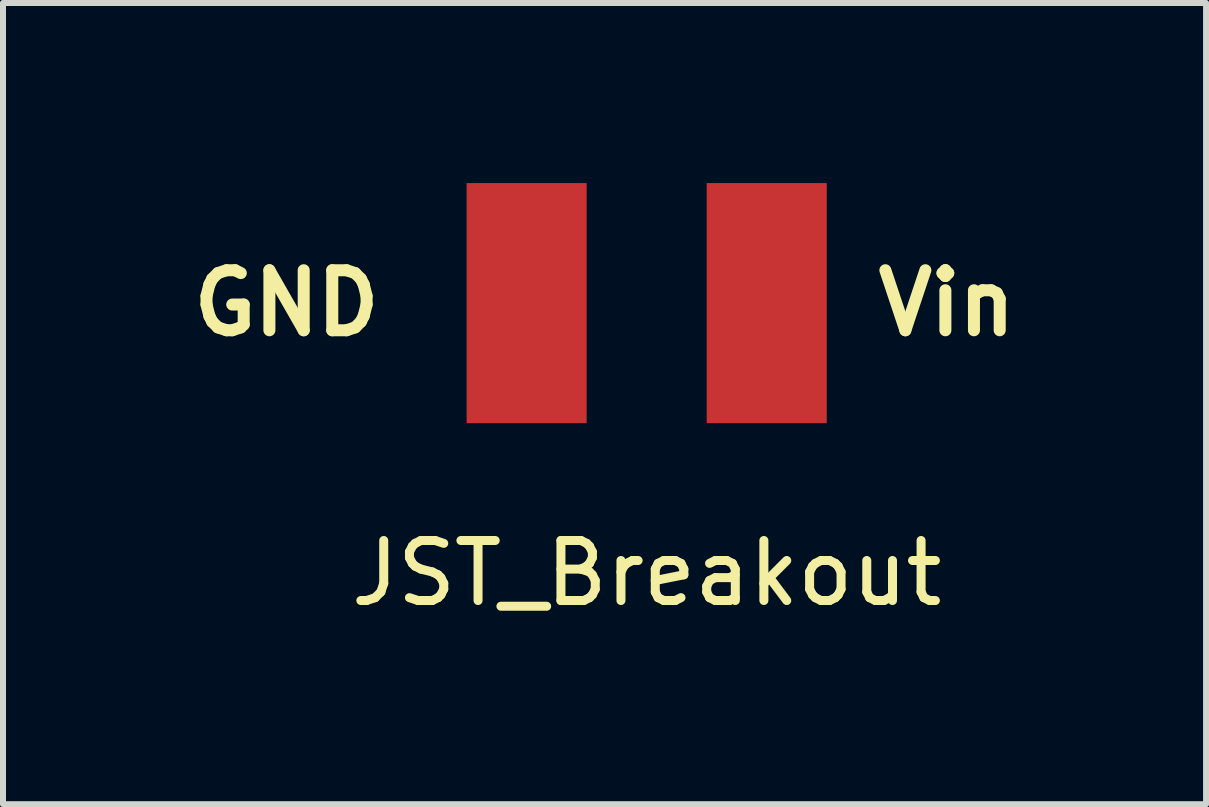
<source format=kicad_pcb>
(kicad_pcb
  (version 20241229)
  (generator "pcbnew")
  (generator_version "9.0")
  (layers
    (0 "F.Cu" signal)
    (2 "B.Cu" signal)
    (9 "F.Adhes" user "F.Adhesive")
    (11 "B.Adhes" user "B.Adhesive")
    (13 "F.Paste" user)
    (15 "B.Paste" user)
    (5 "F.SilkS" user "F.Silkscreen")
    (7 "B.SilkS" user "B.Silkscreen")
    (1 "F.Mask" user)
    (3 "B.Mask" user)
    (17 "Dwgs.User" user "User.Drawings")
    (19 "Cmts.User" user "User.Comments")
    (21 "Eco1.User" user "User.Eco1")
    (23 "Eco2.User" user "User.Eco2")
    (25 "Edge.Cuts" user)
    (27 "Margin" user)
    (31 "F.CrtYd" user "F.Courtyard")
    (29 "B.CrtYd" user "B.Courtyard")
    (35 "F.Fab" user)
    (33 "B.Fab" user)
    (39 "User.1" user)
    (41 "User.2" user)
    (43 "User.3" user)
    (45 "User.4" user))
  (footprint "JST_Breakout"
    (layer "F.Cu")
    (at 7.724 6)
    (property "Reference" "JST_Breakout" (at 0 0.5 0) (layer "F.SilkS") (effects (font (size 1 1) (thickness 0.15))))
    (attr smd)
    (fp_text user "GND" (at -6 -4 0) (layer "F.SilkS") (effects (font (size 1 1) (thickness 0.2))))
    (fp_text user "Vin" (at 5 -4 0) (layer "F.SilkS") (effects (font (size 1 1) (thickness 0.2))))
    (pad "3" smd rect (at 2 -4) (size 2 4) (layers "F.Cu" "F.Mask" "F.Paste"))
    (pad "4" smd rect (at -2 -4) (size 2 4) (layers "F.Cu" "F.Mask" "F.Paste")))
  (gr_rect
    (start -3 -3)
    (end 17.043 10.348)
    (stroke (width 0.1) (type default))
    (fill no)
    (layer "Edge.Cuts")))
</source>
